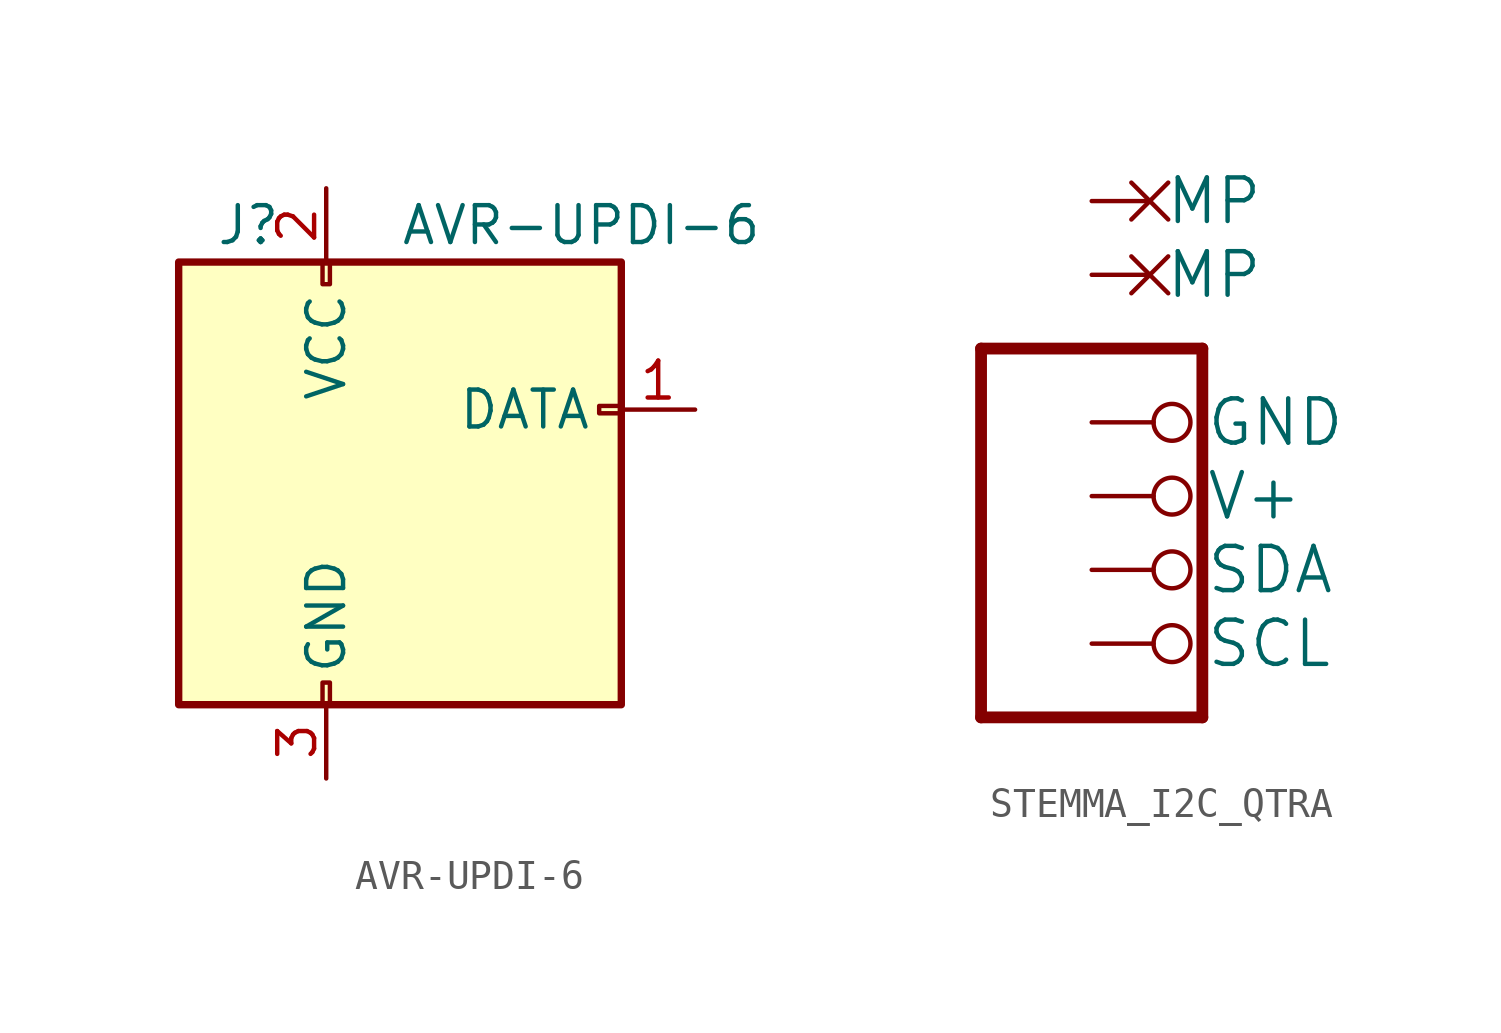
<source format=kicad_sym>
(kicad_symbol_lib
  (version 20241209)
  (generator "kicad_symbol_editor")
  (generator_version "9.0")
  (symbol "AVR-UPDI-6"
    (pin_names
      (offset 1.016))
    (property "Reference" "J"
      (at -6.35 8.89 0)
      (effects (font (size 1.27 1.27)) (justify left)))
    (property "Value" "AVR-UPDI-6"
      (at 0 8.89 0)
      (effects (font (size 1.27 1.27)) (justify left)))
    (symbol "AVR-UPDI-6_0_1"
      (rectangle (start -2.667 7.62) (end -2.413 6.858) (stroke (width 0) (type default)) (fill (type none)))
      (rectangle (start -2.667 -6.858) (end -2.413 -7.62) (stroke (width 0) (type default)) (fill (type none)))
      (rectangle (start 7.62 7.62) (end -7.62 -7.62) (stroke (width 0.254) (type default)) (fill (type background)))
      (rectangle (start 7.62 2.667) (end 6.858 2.413) (stroke (width 0) (type default)) (fill (type none))))
    (symbol "AVR-UPDI-6_1_1"
      (pin passive line (at -2.54 10.16 270) (length 2.54) (name "VCC" (effects (font (size 1.27 1.27)))) (number "2" (effects (font (size 1.27 1.27)))))
      (pin passive line (at -2.54 -10.16 90) (length 2.54) (name "GND" (effects (font (size 1.27 1.27)))) (number "3" (effects (font (size 1.27 1.27)))))
      (pin no_connect line (at 7.62 0 180) (length 2.54) (hide yes) (name "NC" (effects (font (size 1.27 1.27)))) (number "3" (effects (font (size 1.27 1.27)))))
      (pin no_connect line (at 7.62 -2.54 180) (length 2.54) (hide yes) (name "NC" (effects (font (size 1.27 1.27)))) (number "4" (effects (font (size 1.27 1.27)))))
      (pin no_connect line (at 7.62 -5.08 180) (length 2.54) (hide yes) (name "NC" (effects (font (size 1.27 1.27)))) (number "5" (effects (font (size 1.27 1.27)))))
      (pin passive line (at 10.16 2.54 180) (length 2.54) (name "DATA" (effects (font (size 1.27 1.27)))) (number "1" (effects (font (size 1.27 1.27)))))))
  (symbol "STEMMA_I2C_QTRA"
    (property "Reference" "CONN"
      (at -3.302 -7.874 0)
      (effects (font (size 1.778 1.511)) (justify left bottom) (hide yes)))
    (symbol "STEMMA_I2C_QTRA_1_0"
      (polyline (pts (xy -3.81 7.62) (xy -3.81 -5.08)) (stroke (width 0.406) (type solid)) (fill (type none)))
      (polyline (pts (xy -3.81 -5.08) (xy 3.81 -5.08)) (stroke (width 0.406) (type solid)) (fill (type none)))
      (polyline (pts (xy 3.81 7.62) (xy -3.81 7.62)) (stroke (width 0.406) (type solid)) (fill (type none)))
      (polyline (pts (xy 3.81 -5.08) (xy 3.81 7.62)) (stroke (width 0.406) (type solid)) (fill (type none)))
      (pin passive non_logic (at 0 12.7 0) (length 2) (name "MP" (effects (font (size 1.5 1.5)))) (number "5" (effects (font (size 0 0)))))
      (pin passive non_logic (at 0 10.16 0) (length 2) (name "MP" (effects (font (size 1.5 1.5)))) (number "6" (effects (font (size 0 0)))))
      (pin power_in inverted (at 0 5.08 0) (length 3.4) (name "GND" (effects (font (size 1.524 1.524)))) (number "1" (effects (font (size 0 0)))))
      (pin power_in inverted (at 0 2.54 0) (length 3.4) (name "V+" (effects (font (size 1.524 1.524)))) (number "2" (effects (font (size 0 0)))))
      (pin bidirectional inverted (at 0 0 0) (length 3.4) (name "SDA" (effects (font (size 1.524 1.524)))) (number "3" (effects (font (size 0 0)))))
      (pin bidirectional inverted (at 0 -2.54 0) (length 3.4) (name "SCL" (effects (font (size 1.524 1.524)))) (number "4" (effects (font (size 0 0))))))))
</source>
